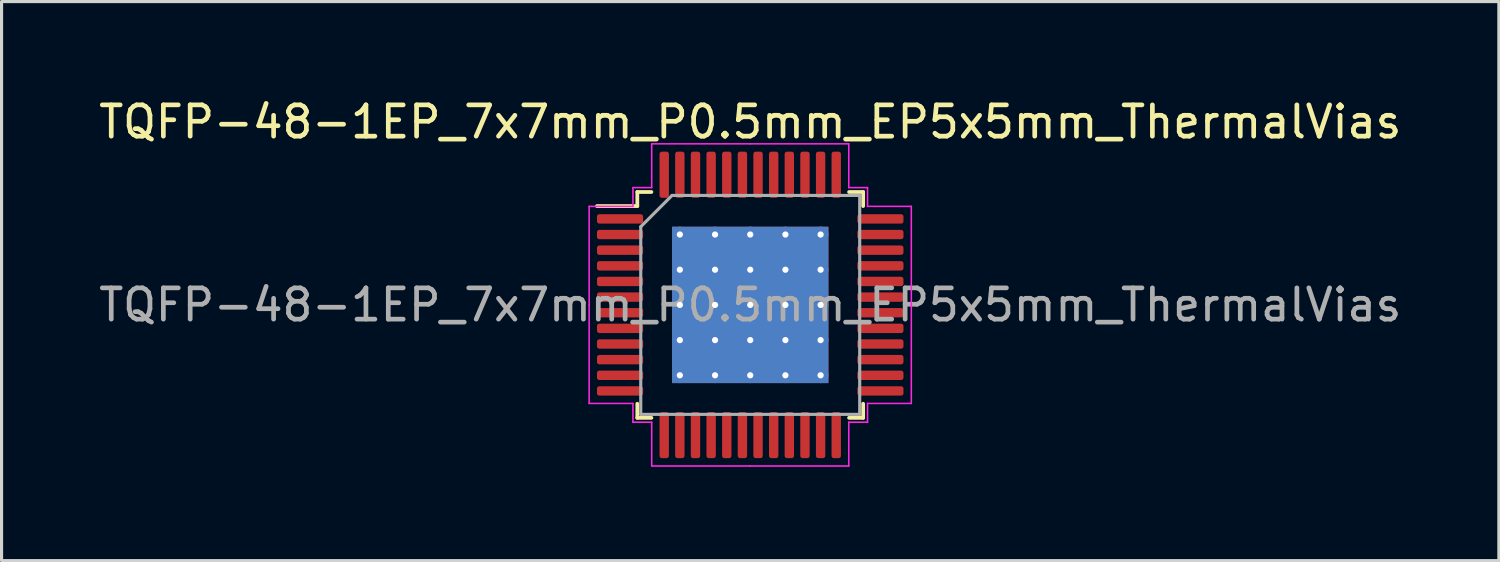
<source format=kicad_pcb>
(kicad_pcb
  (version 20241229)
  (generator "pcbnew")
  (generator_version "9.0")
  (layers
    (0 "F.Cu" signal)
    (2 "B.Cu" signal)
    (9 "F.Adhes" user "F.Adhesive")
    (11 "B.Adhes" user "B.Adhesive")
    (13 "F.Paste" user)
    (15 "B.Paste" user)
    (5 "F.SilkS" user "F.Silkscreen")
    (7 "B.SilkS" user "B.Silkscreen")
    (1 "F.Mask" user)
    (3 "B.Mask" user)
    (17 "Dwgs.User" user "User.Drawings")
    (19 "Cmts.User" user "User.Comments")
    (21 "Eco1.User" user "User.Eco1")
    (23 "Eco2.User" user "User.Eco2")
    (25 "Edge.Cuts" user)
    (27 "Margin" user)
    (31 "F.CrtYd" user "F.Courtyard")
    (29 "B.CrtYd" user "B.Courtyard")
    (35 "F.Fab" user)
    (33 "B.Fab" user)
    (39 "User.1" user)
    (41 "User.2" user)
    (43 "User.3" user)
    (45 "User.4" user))
  (footprint "TQFP-48-1EP_7x7mm_P0.5mm_EP5x5mm_ThermalVias"
    (layer "F.Cu")
    (at 20.935 6.698)
    (property "Reference" "TQFP-48-1EP_7x7mm_P0.5mm_EP5x5mm_ThermalVias" (at 0 -5.85 0) (layer "F.SilkS") (effects (font (size 1 1) (thickness 0.15))))
    (attr smd)
    (fp_line (start -3.61 -3.61) (end -3.61 -3.16) (stroke (width 0.12) (type solid)) (layer "F.SilkS"))
    (fp_line (start -3.61 -3.16) (end -4.9 -3.16) (stroke (width 0.12) (type solid)) (layer "F.SilkS"))
    (fp_line (start -3.61 3.61) (end -3.61 3.16) (stroke (width 0.12) (type solid)) (layer "F.SilkS"))
    (fp_line (start -3.16 -3.61) (end -3.61 -3.61) (stroke (width 0.12) (type solid)) (layer "F.SilkS"))
    (fp_line (start -3.16 3.61) (end -3.61 3.61) (stroke (width 0.12) (type solid)) (layer "F.SilkS"))
    (fp_line (start 3.16 -3.61) (end 3.61 -3.61) (stroke (width 0.12) (type solid)) (layer "F.SilkS"))
    (fp_line (start 3.16 3.61) (end 3.61 3.61) (stroke (width 0.12) (type solid)) (layer "F.SilkS"))
    (fp_line (start 3.61 -3.61) (end 3.61 -3.16) (stroke (width 0.12) (type solid)) (layer "F.SilkS"))
    (fp_line (start 3.61 3.61) (end 3.61 3.16) (stroke (width 0.12) (type solid)) (layer "F.SilkS"))
    (fp_line (start -5.15 -3.15) (end -5.15 0) (stroke (width 0.05) (type solid)) (layer "F.CrtYd"))
    (fp_line (start -5.15 3.15) (end -5.15 0) (stroke (width 0.05) (type solid)) (layer "F.CrtYd"))
    (fp_line (start -3.75 -3.75) (end -3.75 -3.15) (stroke (width 0.05) (type solid)) (layer "F.CrtYd"))
    (fp_line (start -3.75 -3.15) (end -5.15 -3.15) (stroke (width 0.05) (type solid)) (layer "F.CrtYd"))
    (fp_line (start -3.75 3.15) (end -5.15 3.15) (stroke (width 0.05) (type solid)) (layer "F.CrtYd"))
    (fp_line (start -3.75 3.75) (end -3.75 3.15) (stroke (width 0.05) (type solid)) (layer "F.CrtYd"))
    (fp_line (start -3.15 -5.15) (end -3.15 -3.75) (stroke (width 0.05) (type solid)) (layer "F.CrtYd"))
    (fp_line (start -3.15 -3.75) (end -3.75 -3.75) (stroke (width 0.05) (type solid)) (layer "F.CrtYd"))
    (fp_line (start -3.15 3.75) (end -3.75 3.75) (stroke (width 0.05) (type solid)) (layer "F.CrtYd"))
    (fp_line (start -3.15 5.15) (end -3.15 3.75) (stroke (width 0.05) (type solid)) (layer "F.CrtYd"))
    (fp_line (start 0 -5.15) (end -3.15 -5.15) (stroke (width 0.05) (type solid)) (layer "F.CrtYd"))
    (fp_line (start 0 -5.15) (end 3.15 -5.15) (stroke (width 0.05) (type solid)) (layer "F.CrtYd"))
    (fp_line (start 0 5.15) (end -3.15 5.15) (stroke (width 0.05) (type solid)) (layer "F.CrtYd"))
    (fp_line (start 0 5.15) (end 3.15 5.15) (stroke (width 0.05) (type solid)) (layer "F.CrtYd"))
    (fp_line (start 3.15 -5.15) (end 3.15 -3.75) (stroke (width 0.05) (type solid)) (layer "F.CrtYd"))
    (fp_line (start 3.15 -3.75) (end 3.75 -3.75) (stroke (width 0.05) (type solid)) (layer "F.CrtYd"))
    (fp_line (start 3.15 3.75) (end 3.75 3.75) (stroke (width 0.05) (type solid)) (layer "F.CrtYd"))
    (fp_line (start 3.15 5.15) (end 3.15 3.75) (stroke (width 0.05) (type solid)) (layer "F.CrtYd"))
    (fp_line (start 3.75 -3.75) (end 3.75 -3.15) (stroke (width 0.05) (type solid)) (layer "F.CrtYd"))
    (fp_line (start 3.75 -3.15) (end 5.15 -3.15) (stroke (width 0.05) (type solid)) (layer "F.CrtYd"))
    (fp_line (start 3.75 3.15) (end 5.15 3.15) (stroke (width 0.05) (type solid)) (layer "F.CrtYd"))
    (fp_line (start 3.75 3.75) (end 3.75 3.15) (stroke (width 0.05) (type solid)) (layer "F.CrtYd"))
    (fp_line (start 5.15 -3.15) (end 5.15 0) (stroke (width 0.05) (type solid)) (layer "F.CrtYd"))
    (fp_line (start 5.15 3.15) (end 5.15 0) (stroke (width 0.05) (type solid)) (layer "F.CrtYd"))
    (fp_line (start -3.5 -2.5) (end -2.5 -3.5) (stroke (width 0.1) (type solid)) (layer "F.Fab"))
    (fp_line (start -3.5 3.5) (end -3.5 -2.5) (stroke (width 0.1) (type solid)) (layer "F.Fab"))
    (fp_line (start -2.5 -3.5) (end 3.5 -3.5) (stroke (width 0.1) (type solid)) (layer "F.Fab"))
    (fp_line (start 3.5 -3.5) (end 3.5 3.5) (stroke (width 0.1) (type solid)) (layer "F.Fab"))
    (fp_line (start 3.5 3.5) (end -3.5 3.5) (stroke (width 0.1) (type solid)) (layer "F.Fab"))
    (fp_text user "${REFERENCE}" (at 0 0 0) (layer "F.Fab") (effects (font (size 1 1) (thickness 0.15))))
    (pad "" smd custom (at -1.688 -1.688) (size 0.891 0.891) (layers "F.Paste") (options (anchor circle)) (primitives (gr_poly (pts (xy 0.387 -0.29) (xy 0.387 0.29) (xy 0.29 0.387) (xy -0.29 0.387) (xy -0.387 0.29) (xy -0.387 -0.29) (xy -0.29 -0.387) (xy 0.29 -0.387)) (width 0.234) (fill yes))))
    (pad "" smd custom (at -1.688 -0.562) (size 0.891 0.891) (layers "F.Paste") (options (anchor circle)) (primitives (gr_poly (pts (xy 0.387 -0.29) (xy 0.387 0.29) (xy 0.29 0.387) (xy -0.29 0.387) (xy -0.387 0.29) (xy -0.387 -0.29) (xy -0.29 -0.387) (xy 0.29 -0.387)) (width 0.234) (fill yes))))
    (pad "" smd custom (at -1.688 0.562) (size 0.891 0.891) (layers "F.Paste") (options (anchor circle)) (primitives (gr_poly (pts (xy 0.387 -0.29) (xy 0.387 0.29) (xy 0.29 0.387) (xy -0.29 0.387) (xy -0.387 0.29) (xy -0.387 -0.29) (xy -0.29 -0.387) (xy 0.29 -0.387)) (width 0.234) (fill yes))))
    (pad "" smd custom (at -1.688 1.688) (size 0.891 0.891) (layers "F.Paste") (options (anchor circle)) (primitives (gr_poly (pts (xy 0.387 -0.29) (xy 0.387 0.29) (xy 0.29 0.387) (xy -0.29 0.387) (xy -0.387 0.29) (xy -0.387 -0.29) (xy -0.29 -0.387) (xy 0.29 -0.387)) (width 0.234) (fill yes))))
    (pad "" smd custom (at -0.562 -1.688) (size 0.891 0.891) (layers "F.Paste") (options (anchor circle)) (primitives (gr_poly (pts (xy 0.387 -0.29) (xy 0.387 0.29) (xy 0.29 0.387) (xy -0.29 0.387) (xy -0.387 0.29) (xy -0.387 -0.29) (xy -0.29 -0.387) (xy 0.29 -0.387)) (width 0.234) (fill yes))))
    (pad "" smd custom (at -0.562 -0.562) (size 0.891 0.891) (layers "F.Paste") (options (anchor circle)) (primitives (gr_poly (pts (xy 0.387 -0.29) (xy 0.387 0.29) (xy 0.29 0.387) (xy -0.29 0.387) (xy -0.387 0.29) (xy -0.387 -0.29) (xy -0.29 -0.387) (xy 0.29 -0.387)) (width 0.234) (fill yes))))
    (pad "" smd custom (at -0.562 0.562) (size 0.891 0.891) (layers "F.Paste") (options (anchor circle)) (primitives (gr_poly (pts (xy 0.387 -0.29) (xy 0.387 0.29) (xy 0.29 0.387) (xy -0.29 0.387) (xy -0.387 0.29) (xy -0.387 -0.29) (xy -0.29 -0.387) (xy 0.29 -0.387)) (width 0.234) (fill yes))))
    (pad "" smd custom (at -0.562 1.688) (size 0.891 0.891) (layers "F.Paste") (options (anchor circle)) (primitives (gr_poly (pts (xy 0.387 -0.29) (xy 0.387 0.29) (xy 0.29 0.387) (xy -0.29 0.387) (xy -0.387 0.29) (xy -0.387 -0.29) (xy -0.29 -0.387) (xy 0.29 -0.387)) (width 0.234) (fill yes))))
    (pad "" smd custom (at 0.562 -1.688) (size 0.891 0.891) (layers "F.Paste") (options (anchor circle)) (primitives (gr_poly (pts (xy 0.387 -0.29) (xy 0.387 0.29) (xy 0.29 0.387) (xy -0.29 0.387) (xy -0.387 0.29) (xy -0.387 -0.29) (xy -0.29 -0.387) (xy 0.29 -0.387)) (width 0.234) (fill yes))))
    (pad "" smd custom (at 0.562 -0.562) (size 0.891 0.891) (layers "F.Paste") (options (anchor circle)) (primitives (gr_poly (pts (xy 0.387 -0.29) (xy 0.387 0.29) (xy 0.29 0.387) (xy -0.29 0.387) (xy -0.387 0.29) (xy -0.387 -0.29) (xy -0.29 -0.387) (xy 0.29 -0.387)) (width 0.234) (fill yes))))
    (pad "" smd custom (at 0.562 0.562) (size 0.891 0.891) (layers "F.Paste") (options (anchor circle)) (primitives (gr_poly (pts (xy 0.387 -0.29) (xy 0.387 0.29) (xy 0.29 0.387) (xy -0.29 0.387) (xy -0.387 0.29) (xy -0.387 -0.29) (xy -0.29 -0.387) (xy 0.29 -0.387)) (width 0.234) (fill yes))))
    (pad "" smd custom (at 0.562 1.688) (size 0.891 0.891) (layers "F.Paste") (options (anchor circle)) (primitives (gr_poly (pts (xy 0.387 -0.29) (xy 0.387 0.29) (xy 0.29 0.387) (xy -0.29 0.387) (xy -0.387 0.29) (xy -0.387 -0.29) (xy -0.29 -0.387) (xy 0.29 -0.387)) (width 0.234) (fill yes))))
    (pad "" smd custom (at 1.688 -1.688) (size 0.891 0.891) (layers "F.Paste") (options (anchor circle)) (primitives (gr_poly (pts (xy 0.387 -0.29) (xy 0.387 0.29) (xy 0.29 0.387) (xy -0.29 0.387) (xy -0.387 0.29) (xy -0.387 -0.29) (xy -0.29 -0.387) (xy 0.29 -0.387)) (width 0.234) (fill yes))))
    (pad "" smd custom (at 1.688 -0.562) (size 0.891 0.891) (layers "F.Paste") (options (anchor circle)) (primitives (gr_poly (pts (xy 0.387 -0.29) (xy 0.387 0.29) (xy 0.29 0.387) (xy -0.29 0.387) (xy -0.387 0.29) (xy -0.387 -0.29) (xy -0.29 -0.387) (xy 0.29 -0.387)) (width 0.234) (fill yes))))
    (pad "" smd custom (at 1.688 0.562) (size 0.891 0.891) (layers "F.Paste") (options (anchor circle)) (primitives (gr_poly (pts (xy 0.387 -0.29) (xy 0.387 0.29) (xy 0.29 0.387) (xy -0.29 0.387) (xy -0.387 0.29) (xy -0.387 -0.29) (xy -0.29 -0.387) (xy 0.29 -0.387)) (width 0.234) (fill yes))))
    (pad "" smd custom (at 1.688 1.688) (size 0.891 0.891) (layers "F.Paste") (options (anchor circle)) (primitives (gr_poly (pts (xy 0.387 -0.29) (xy 0.387 0.29) (xy 0.29 0.387) (xy -0.29 0.387) (xy -0.387 0.29) (xy -0.387 -0.29) (xy -0.29 -0.387) (xy 0.29 -0.387)) (width 0.234) (fill yes))))
    (pad "1" smd roundrect (at -4.162 -2.75) (size 1.475 0.3) (layers "F.Cu" "F.Mask" "F.Paste") (roundrect_rratio 0.25))
    (pad "2" smd roundrect (at -4.162 -2.25) (size 1.475 0.3) (layers "F.Cu" "F.Mask" "F.Paste") (roundrect_rratio 0.25))
    (pad "3" smd roundrect (at -4.162 -1.75) (size 1.475 0.3) (layers "F.Cu" "F.Mask" "F.Paste") (roundrect_rratio 0.25))
    (pad "4" smd roundrect (at -4.162 -1.25) (size 1.475 0.3) (layers "F.Cu" "F.Mask" "F.Paste") (roundrect_rratio 0.25))
    (pad "5" smd roundrect (at -4.162 -0.75) (size 1.475 0.3) (layers "F.Cu" "F.Mask" "F.Paste") (roundrect_rratio 0.25))
    (pad "6" smd roundrect (at -4.162 -0.25) (size 1.475 0.3) (layers "F.Cu" "F.Mask" "F.Paste") (roundrect_rratio 0.25))
    (pad "7" smd roundrect (at -4.162 0.25) (size 1.475 0.3) (layers "F.Cu" "F.Mask" "F.Paste") (roundrect_rratio 0.25))
    (pad "8" smd roundrect (at -4.162 0.75) (size 1.475 0.3) (layers "F.Cu" "F.Mask" "F.Paste") (roundrect_rratio 0.25))
    (pad "9" smd roundrect (at -4.162 1.25) (size 1.475 0.3) (layers "F.Cu" "F.Mask" "F.Paste") (roundrect_rratio 0.25))
    (pad "10" smd roundrect (at -4.162 1.75) (size 1.475 0.3) (layers "F.Cu" "F.Mask" "F.Paste") (roundrect_rratio 0.25))
    (pad "11" smd roundrect (at -4.162 2.25) (size 1.475 0.3) (layers "F.Cu" "F.Mask" "F.Paste") (roundrect_rratio 0.25))
    (pad "12" smd roundrect (at -4.162 2.75) (size 1.475 0.3) (layers "F.Cu" "F.Mask" "F.Paste") (roundrect_rratio 0.25))
    (pad "13" smd roundrect (at -2.75 4.162) (size 0.3 1.475) (layers "F.Cu" "F.Mask" "F.Paste") (roundrect_rratio 0.25))
    (pad "14" smd roundrect (at -2.25 4.162) (size 0.3 1.475) (layers "F.Cu" "F.Mask" "F.Paste") (roundrect_rratio 0.25))
    (pad "15" smd roundrect (at -1.75 4.162) (size 0.3 1.475) (layers "F.Cu" "F.Mask" "F.Paste") (roundrect_rratio 0.25))
    (pad "16" smd roundrect (at -1.25 4.162) (size 0.3 1.475) (layers "F.Cu" "F.Mask" "F.Paste") (roundrect_rratio 0.25))
    (pad "17" smd roundrect (at -0.75 4.162) (size 0.3 1.475) (layers "F.Cu" "F.Mask" "F.Paste") (roundrect_rratio 0.25))
    (pad "18" smd roundrect (at -0.25 4.162) (size 0.3 1.475) (layers "F.Cu" "F.Mask" "F.Paste") (roundrect_rratio 0.25))
    (pad "19" smd roundrect (at 0.25 4.162) (size 0.3 1.475) (layers "F.Cu" "F.Mask" "F.Paste") (roundrect_rratio 0.25))
    (pad "20" smd roundrect (at 0.75 4.162) (size 0.3 1.475) (layers "F.Cu" "F.Mask" "F.Paste") (roundrect_rratio 0.25))
    (pad "21" smd roundrect (at 1.25 4.162) (size 0.3 1.475) (layers "F.Cu" "F.Mask" "F.Paste") (roundrect_rratio 0.25))
    (pad "22" smd roundrect (at 1.75 4.162) (size 0.3 1.475) (layers "F.Cu" "F.Mask" "F.Paste") (roundrect_rratio 0.25))
    (pad "23" smd roundrect (at 2.25 4.162) (size 0.3 1.475) (layers "F.Cu" "F.Mask" "F.Paste") (roundrect_rratio 0.25))
    (pad "24" smd roundrect (at 2.75 4.162) (size 0.3 1.475) (layers "F.Cu" "F.Mask" "F.Paste") (roundrect_rratio 0.25))
    (pad "25" smd roundrect (at 4.162 2.75) (size 1.475 0.3) (layers "F.Cu" "F.Mask" "F.Paste") (roundrect_rratio 0.25))
    (pad "26" smd roundrect (at 4.162 2.25) (size 1.475 0.3) (layers "F.Cu" "F.Mask" "F.Paste") (roundrect_rratio 0.25))
    (pad "27" smd roundrect (at 4.162 1.75) (size 1.475 0.3) (layers "F.Cu" "F.Mask" "F.Paste") (roundrect_rratio 0.25))
    (pad "28" smd roundrect (at 4.162 1.25) (size 1.475 0.3) (layers "F.Cu" "F.Mask" "F.Paste") (roundrect_rratio 0.25))
    (pad "29" smd roundrect (at 4.162 0.75) (size 1.475 0.3) (layers "F.Cu" "F.Mask" "F.Paste") (roundrect_rratio 0.25))
    (pad "30" smd roundrect (at 4.162 0.25) (size 1.475 0.3) (layers "F.Cu" "F.Mask" "F.Paste") (roundrect_rratio 0.25))
    (pad "31" smd roundrect (at 4.162 -0.25) (size 1.475 0.3) (layers "F.Cu" "F.Mask" "F.Paste") (roundrect_rratio 0.25))
    (pad "32" smd roundrect (at 4.162 -0.75) (size 1.475 0.3) (layers "F.Cu" "F.Mask" "F.Paste") (roundrect_rratio 0.25))
    (pad "33" smd roundrect (at 4.162 -1.25) (size 1.475 0.3) (layers "F.Cu" "F.Mask" "F.Paste") (roundrect_rratio 0.25))
    (pad "34" smd roundrect (at 4.162 -1.75) (size 1.475 0.3) (layers "F.Cu" "F.Mask" "F.Paste") (roundrect_rratio 0.25))
    (pad "35" smd roundrect (at 4.162 -2.25) (size 1.475 0.3) (layers "F.Cu" "F.Mask" "F.Paste") (roundrect_rratio 0.25))
    (pad "36" smd roundrect (at 4.162 -2.75) (size 1.475 0.3) (layers "F.Cu" "F.Mask" "F.Paste") (roundrect_rratio 0.25))
    (pad "37" smd roundrect (at 2.75 -4.162) (size 0.3 1.475) (layers "F.Cu" "F.Mask" "F.Paste") (roundrect_rratio 0.25))
    (pad "38" smd roundrect (at 2.25 -4.162) (size 0.3 1.475) (layers "F.Cu" "F.Mask" "F.Paste") (roundrect_rratio 0.25))
    (pad "39" smd roundrect (at 1.75 -4.162) (size 0.3 1.475) (layers "F.Cu" "F.Mask" "F.Paste") (roundrect_rratio 0.25))
    (pad "40" smd roundrect (at 1.25 -4.162) (size 0.3 1.475) (layers "F.Cu" "F.Mask" "F.Paste") (roundrect_rratio 0.25))
    (pad "41" smd roundrect (at 0.75 -4.162) (size 0.3 1.475) (layers "F.Cu" "F.Mask" "F.Paste") (roundrect_rratio 0.25))
    (pad "42" smd roundrect (at 0.25 -4.162) (size 0.3 1.475) (layers "F.Cu" "F.Mask" "F.Paste") (roundrect_rratio 0.25))
    (pad "43" smd roundrect (at -0.25 -4.162) (size 0.3 1.475) (layers "F.Cu" "F.Mask" "F.Paste") (roundrect_rratio 0.25))
    (pad "44" smd roundrect (at -0.75 -4.162) (size 0.3 1.475) (layers "F.Cu" "F.Mask" "F.Paste") (roundrect_rratio 0.25))
    (pad "45" smd roundrect (at -1.25 -4.162) (size 0.3 1.475) (layers "F.Cu" "F.Mask" "F.Paste") (roundrect_rratio 0.25))
    (pad "46" smd roundrect (at -1.75 -4.162) (size 0.3 1.475) (layers "F.Cu" "F.Mask" "F.Paste") (roundrect_rratio 0.25))
    (pad "47" smd roundrect (at -2.25 -4.162) (size 0.3 1.475) (layers "F.Cu" "F.Mask" "F.Paste") (roundrect_rratio 0.25))
    (pad "48" smd roundrect (at -2.75 -4.162) (size 0.3 1.475) (layers "F.Cu" "F.Mask" "F.Paste") (roundrect_rratio 0.25))
    (pad "49" thru_hole circle (at -2.25 -2.25) (size 0.5 0.5) (drill 0.2) (layers "*.Cu"))
    (pad "49" thru_hole circle (at -2.25 -1.125) (size 0.5 0.5) (drill 0.2) (layers "*.Cu"))
    (pad "49" thru_hole circle (at -2.25 0) (size 0.5 0.5) (drill 0.2) (layers "*.Cu"))
    (pad "49" thru_hole circle (at -2.25 1.125) (size 0.5 0.5) (drill 0.2) (layers "*.Cu"))
    (pad "49" thru_hole circle (at -2.25 2.25) (size 0.5 0.5) (drill 0.2) (layers "*.Cu"))
    (pad "49" thru_hole circle (at -1.125 -2.25) (size 0.5 0.5) (drill 0.2) (layers "*.Cu"))
    (pad "49" thru_hole circle (at -1.125 -1.125) (size 0.5 0.5) (drill 0.2) (layers "*.Cu"))
    (pad "49" thru_hole circle (at -1.125 0) (size 0.5 0.5) (drill 0.2) (layers "*.Cu"))
    (pad "49" thru_hole circle (at -1.125 1.125) (size 0.5 0.5) (drill 0.2) (layers "*.Cu"))
    (pad "49" thru_hole circle (at -1.125 2.25) (size 0.5 0.5) (drill 0.2) (layers "*.Cu"))
    (pad "49" thru_hole circle (at 0 -2.25) (size 0.5 0.5) (drill 0.2) (layers "*.Cu"))
    (pad "49" thru_hole circle (at 0 -1.125) (size 0.5 0.5) (drill 0.2) (layers "*.Cu"))
    (pad "49" thru_hole circle (at 0 0) (size 0.5 0.5) (drill 0.2) (layers "*.Cu"))
    (pad "49" smd rect (at 0 0) (size 5 5) (layers "F.Cu" "F.Mask"))
    (pad "49" smd rect (at 0 0) (size 5 5) (layers "B.Cu"))
    (pad "49" thru_hole circle (at 0 1.125) (size 0.5 0.5) (drill 0.2) (layers "*.Cu"))
    (pad "49" thru_hole circle (at 0 2.25) (size 0.5 0.5) (drill 0.2) (layers "*.Cu"))
    (pad "49" thru_hole circle (at 1.125 -2.25) (size 0.5 0.5) (drill 0.2) (layers "*.Cu"))
    (pad "49" thru_hole circle (at 1.125 -1.125) (size 0.5 0.5) (drill 0.2) (layers "*.Cu"))
    (pad "49" thru_hole circle (at 1.125 0) (size 0.5 0.5) (drill 0.2) (layers "*.Cu"))
    (pad "49" thru_hole circle (at 1.125 1.125) (size 0.5 0.5) (drill 0.2) (layers "*.Cu"))
    (pad "49" thru_hole circle (at 1.125 2.25) (size 0.5 0.5) (drill 0.2) (layers "*.Cu"))
    (pad "49" thru_hole circle (at 2.25 -2.25) (size 0.5 0.5) (drill 0.2) (layers "*.Cu"))
    (pad "49" thru_hole circle (at 2.25 -1.125) (size 0.5 0.5) (drill 0.2) (layers "*.Cu"))
    (pad "49" thru_hole circle (at 2.25 0) (size 0.5 0.5) (drill 0.2) (layers "*.Cu"))
    (pad "49" thru_hole circle (at 2.25 1.125) (size 0.5 0.5) (drill 0.2) (layers "*.Cu"))
    (pad "49" thru_hole circle (at 2.25 2.25) (size 0.5 0.5) (drill 0.2) (layers "*.Cu")))
  (gr_rect
    (start -3 -3)
    (end 44.869 14.873)
    (stroke (width 0.1) (type default))
    (fill no)
    (layer "Edge.Cuts")))
</source>
